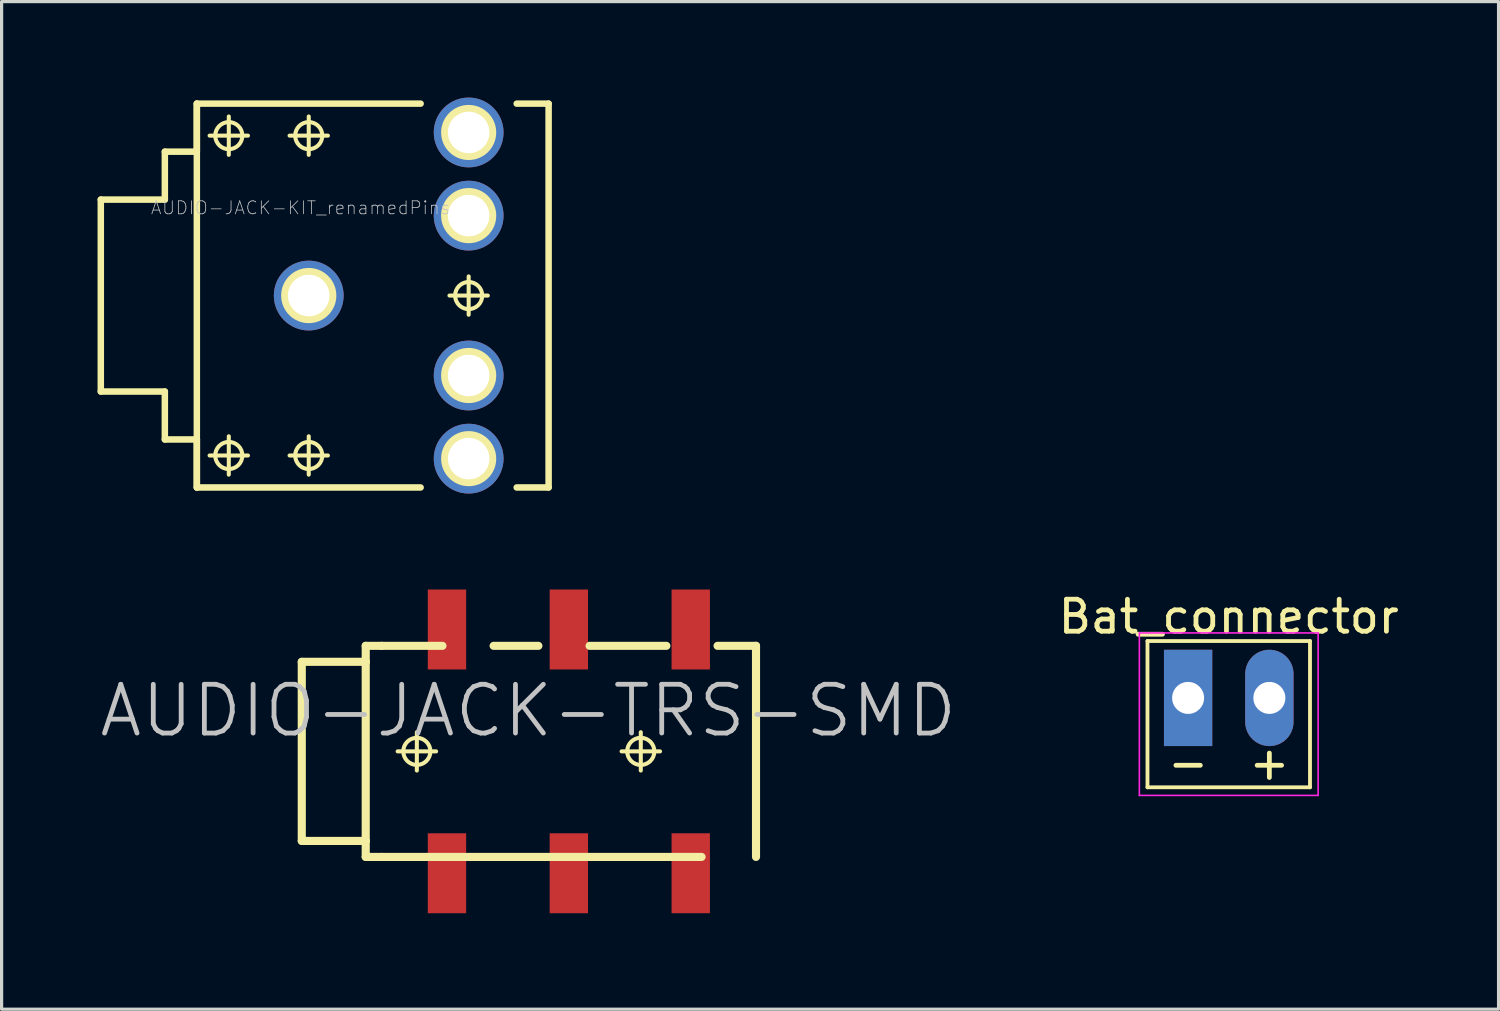
<source format=kicad_pcb>
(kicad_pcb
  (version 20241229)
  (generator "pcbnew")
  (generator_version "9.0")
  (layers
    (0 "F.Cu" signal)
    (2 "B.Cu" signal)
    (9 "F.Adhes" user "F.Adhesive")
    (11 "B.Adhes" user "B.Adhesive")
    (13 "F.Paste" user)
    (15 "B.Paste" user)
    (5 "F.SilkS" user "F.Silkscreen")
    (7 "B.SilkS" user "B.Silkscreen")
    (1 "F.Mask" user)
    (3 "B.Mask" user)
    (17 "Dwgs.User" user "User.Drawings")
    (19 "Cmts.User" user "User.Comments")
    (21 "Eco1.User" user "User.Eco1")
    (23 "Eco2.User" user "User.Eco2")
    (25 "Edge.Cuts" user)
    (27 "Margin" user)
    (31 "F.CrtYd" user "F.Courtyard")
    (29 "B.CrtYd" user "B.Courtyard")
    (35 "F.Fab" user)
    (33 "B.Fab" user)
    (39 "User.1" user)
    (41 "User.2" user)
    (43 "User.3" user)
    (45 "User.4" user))
  (footprint "Bat_connector"
    (layer "F.Cu")
    (at 34.089 18.766)
    (property "Reference" "Bat_connector" (at 1.27 -2.54 0) (layer "F.SilkS") (effects (font (size 1 1) (thickness 0.15))))
    (attr through_hole)
    (fp_line (start -1.27 -1.778) (end -1.27 2.794) (stroke (width 0.12) (type solid)) (layer "F.SilkS"))
    (fp_line (start -1.27 -1.778) (end 3.81 -1.778) (stroke (width 0.12) (type solid)) (layer "F.SilkS"))
    (fp_line (start 3.81 -1.778) (end 3.81 2.794) (stroke (width 0.12) (type solid)) (layer "F.SilkS"))
    (fp_line (start 3.81 2.794) (end -1.27 2.794) (stroke (width 0.12) (type solid)) (layer "F.SilkS"))
    (fp_line (start -1.524 -2.032) (end -1.524 3.048) (stroke (width 0.05) (type solid)) (layer "F.CrtYd"))
    (fp_line (start -1.524 -2.032) (end 4.064 -2.032) (stroke (width 0.05) (type solid)) (layer "F.CrtYd"))
    (fp_line (start 4.064 3.048) (end -1.524 3.048) (stroke (width 0.05) (type solid)) (layer "F.CrtYd"))
    (fp_line (start 4.064 3.048) (end 4.064 -2.032) (stroke (width 0.05) (type solid)) (layer "F.CrtYd"))
    (fp_text user "+" (at 2.54 2.032 0) (layer "F.SilkS") (effects (font (size 1 1) (thickness 0.15))))
    (fp_text user "-" (at 0 2.032 0) (layer "F.SilkS") (effects (font (size 1 1) (thickness 0.15))))
    (pad "1" thru_hole rect (at 0 0) (size 1.51 3.01) (drill 1) (layers "*.Cu" "*.Mask"))
    (pad "2" thru_hole oval (at 2.54 0) (size 1.51 3.01) (drill 1) (layers "*.Cu" "*.Mask")))
  (footprint "AUDIO-JACK-KIT_renamedPins"
    (layer "F.Cu")
    (at 6.601 6.189)
    (property "Reference" "AUDIO-JACK-KIT_renamedPins" (at -0.254 -2.743 0) (layer "Dwgs.User") (effects (font (size 0.406 0.406) (thickness 0.025))))
    (attr exclude_from_pos_files exclude_from_bom)
    (fp_line (start -6.5 -3) (end -6.5 3) (stroke (width 0.203) (type solid)) (layer "F.SilkS"))
    (fp_line (start -6.5 -3) (end -4.498 -3) (stroke (width 0.203) (type solid)) (layer "F.SilkS"))
    (fp_line (start -6.5 3) (end -4.498 3) (stroke (width 0.203) (type solid)) (layer "F.SilkS"))
    (fp_line (start -4.498 -4.498) (end -4.498 -3) (stroke (width 0.203) (type solid)) (layer "F.SilkS"))
    (fp_line (start -4.498 -4.498) (end -3.498 -4.498) (stroke (width 0.203) (type solid)) (layer "F.SilkS"))
    (fp_line (start -4.498 3) (end -4.498 4.498) (stroke (width 0.203) (type solid)) (layer "F.SilkS"))
    (fp_line (start -4.498 4.498) (end -3.498 4.498) (stroke (width 0.203) (type solid)) (layer "F.SilkS"))
    (fp_line (start -3.498 -5.999) (end -3.498 -4.498) (stroke (width 0.203) (type solid)) (layer "F.SilkS"))
    (fp_line (start -3.498 -5.999) (end -3.498 5.999) (stroke (width 0.203) (type solid)) (layer "F.SilkS"))
    (fp_line (start -3.498 -5.999) (end 3.498 -5.999) (stroke (width 0.203) (type solid)) (layer "F.SilkS"))
    (fp_line (start -3.498 4.498) (end -3.498 5.999) (stroke (width 0.203) (type solid)) (layer "F.SilkS"))
    (fp_line (start -3.498 5.999) (end 3.498 5.999) (stroke (width 0.203) (type solid)) (layer "F.SilkS"))
    (fp_line (start -3.099 -4.999) (end -1.9 -4.999) (stroke (width 0.127) (type solid)) (layer "F.SilkS"))
    (fp_line (start -3.099 4.999) (end -1.9 4.999) (stroke (width 0.127) (type solid)) (layer "F.SilkS"))
    (fp_line (start -2.499 -4.399) (end -2.499 -5.598) (stroke (width 0.127) (type solid)) (layer "F.SilkS"))
    (fp_line (start -2.499 5.598) (end -2.499 4.399) (stroke (width 0.127) (type solid)) (layer "F.SilkS"))
    (fp_line (start -0.599 -4.999) (end 0.599 -4.999) (stroke (width 0.127) (type solid)) (layer "F.SilkS"))
    (fp_line (start -0.599 4.999) (end 0.599 4.999) (stroke (width 0.127) (type solid)) (layer "F.SilkS"))
    (fp_line (start 0 -4.399) (end 0 -5.598) (stroke (width 0.127) (type solid)) (layer "F.SilkS"))
    (fp_line (start 0 5.598) (end 0 4.399) (stroke (width 0.127) (type solid)) (layer "F.SilkS"))
    (fp_line (start 4.399 0) (end 5.598 0) (stroke (width 0.127) (type solid)) (layer "F.SilkS"))
    (fp_line (start 4.999 0.599) (end 4.999 -0.599) (stroke (width 0.127) (type solid)) (layer "F.SilkS"))
    (fp_line (start 7.498 -5.999) (end 6.5 -5.999) (stroke (width 0.203) (type solid)) (layer "F.SilkS"))
    (fp_line (start 7.498 -5.999) (end 7.498 5.999) (stroke (width 0.203) (type solid)) (layer "F.SilkS"))
    (fp_line (start 7.498 5.999) (end 6.5 5.999) (stroke (width 0.203) (type solid)) (layer "F.SilkS"))
    (fp_circle (center -2.499 -4.999) (end -2.799 -5.298) (stroke (width 0.127) (type solid)) (fill no) (layer "F.SilkS"))
    (fp_circle (center -2.499 4.999) (end -2.799 5.298) (stroke (width 0.127) (type solid)) (fill no) (layer "F.SilkS"))
    (fp_circle (center 0 -4.999) (end -0.3 -5.298) (stroke (width 0.127) (type solid)) (fill no) (layer "F.SilkS"))
    (fp_circle (center 0 0) (end -0.61 0.61) (stroke (width 0) (type solid)) (fill yes) (layer "F.SilkS"))
    (fp_circle (center 0 0) (end -0.33 0.33) (stroke (width 0) (type solid)) (fill yes) (layer "F.SilkS"))
    (fp_circle (center 0 4.999) (end -0.3 5.298) (stroke (width 0.127) (type solid)) (fill no) (layer "F.SilkS"))
    (fp_circle (center 4.999 -5.098) (end 5.329 -5.428) (stroke (width 0) (type solid)) (fill yes) (layer "F.SilkS"))
    (fp_circle (center 4.999 -5.098) (end 5.608 -5.707) (stroke (width 0) (type solid)) (fill yes) (layer "F.SilkS"))
    (fp_circle (center 4.999 -2.499) (end 5.329 -2.83) (stroke (width 0) (type solid)) (fill yes) (layer "F.SilkS"))
    (fp_circle (center 4.999 -2.499) (end 5.608 -3.109) (stroke (width 0) (type solid)) (fill yes) (layer "F.SilkS"))
    (fp_circle (center 4.999 0) (end 5.298 0.3) (stroke (width 0.127) (type solid)) (fill no) (layer "F.SilkS"))
    (fp_circle (center 4.999 2.499) (end 5.329 2.83) (stroke (width 0) (type solid)) (fill yes) (layer "F.SilkS"))
    (fp_circle (center 4.999 2.499) (end 5.608 3.109) (stroke (width 0) (type solid)) (fill yes) (layer "F.SilkS"))
    (fp_circle (center 4.999 5.098) (end 5.329 5.428) (stroke (width 0) (type solid)) (fill yes) (layer "F.SilkS"))
    (fp_circle (center 4.999 5.098) (end 5.608 5.707) (stroke (width 0) (type solid)) (fill yes) (layer "F.SilkS"))
    (pad "1" thru_hole circle (at 0 0) (size 2.182 2.182) (drill 1.298) (layers "*.Cu" "*.Mask"))
    (pad "2" thru_hole circle (at 4.999 5.098) (size 2.182 2.182) (drill 1.298) (layers "*.Cu" "*.Mask"))
    (pad "3" thru_hole circle (at 4.999 -5.098) (size 2.182 2.182) (drill 1.298) (layers "*.Cu" "*.Mask"))
    (pad "5" thru_hole circle (at 4.999 2.499) (size 2.182 2.182) (drill 1.298) (layers "*.Cu" "*.Mask"))
    (pad "6" thru_hole circle (at 4.999 -2.499) (size 2.182 2.182) (drill 1.298) (layers "*.Cu" "*.Mask")))
  (footprint "AUDIO-JACK-TRS-SMD"
    (layer "F.Cu")
    (at 8.382 20.437)
    (property "Reference" "AUDIO-JACK-TRS-SMD" (at 5.08 -1.27 0) (layer "Dwgs.User") (effects (font (size 1.524 1.524) (thickness 0.15))))
    (attr smd)
    (fp_line (start -1.999 -2.799) (end -1.999 2.799) (stroke (width 0.254) (type solid)) (layer "F.SilkS"))
    (fp_line (start -1.999 2.799) (end 0 2.799) (stroke (width 0.254) (type solid)) (layer "F.SilkS"))
    (fp_line (start 0 -3.299) (end 0 -2.799) (stroke (width 0.254) (type solid)) (layer "F.SilkS"))
    (fp_line (start 0 -2.799) (end -1.999 -2.799) (stroke (width 0.254) (type solid)) (layer "F.SilkS"))
    (fp_line (start 0 -2.799) (end 0 2.799) (stroke (width 0.254) (type solid)) (layer "F.SilkS"))
    (fp_line (start 0 2.799) (end 0 3.299) (stroke (width 0.254) (type solid)) (layer "F.SilkS"))
    (fp_line (start 0 3.299) (end 0.498 3.299) (stroke (width 0.254) (type solid)) (layer "F.SilkS"))
    (fp_line (start 0.498 -3.299) (end 0 -3.299) (stroke (width 0.254) (type solid)) (layer "F.SilkS"))
    (fp_line (start 0.498 -3.299) (end 2.398 -3.299) (stroke (width 0.254) (type solid)) (layer "F.SilkS"))
    (fp_line (start 0.498 3.299) (end 10.498 3.299) (stroke (width 0.254) (type solid)) (layer "F.SilkS"))
    (fp_line (start 0.998 0) (end 2.2 0) (stroke (width 0.127) (type solid)) (layer "F.SilkS"))
    (fp_line (start 1.598 0.599) (end 1.598 -0.599) (stroke (width 0.127) (type solid)) (layer "F.SilkS"))
    (fp_line (start 3.998 -3.299) (end 5.397 -3.299) (stroke (width 0.254) (type solid)) (layer "F.SilkS"))
    (fp_line (start 6.998 -3.299) (end 9.398 -3.299) (stroke (width 0.254) (type solid)) (layer "F.SilkS"))
    (fp_line (start 7.998 0) (end 9.2 0) (stroke (width 0.127) (type solid)) (layer "F.SilkS"))
    (fp_line (start 8.598 0.599) (end 8.598 -0.599) (stroke (width 0.127) (type solid)) (layer "F.SilkS"))
    (fp_line (start 12.2 -3.299) (end 10.998 -3.299) (stroke (width 0.254) (type solid)) (layer "F.SilkS"))
    (fp_line (start 12.2 -3.299) (end 12.2 3.299) (stroke (width 0.254) (type solid)) (layer "F.SilkS"))
    (fp_circle (center 1.598 0) (end 1.897 0.3) (stroke (width 0.127) (type solid)) (fill no) (layer "F.SilkS"))
    (fp_circle (center 8.598 0) (end 8.898 0.3) (stroke (width 0.127) (type solid)) (fill no) (layer "F.SilkS"))
    (pad "1" smd rect (at 2.54 -3.81) (size 1.199 2.499) (layers "F.Cu" "F.Mask" "F.Paste"))
    (pad "2" smd rect (at 10.16 -3.81) (size 1.199 2.499) (layers "F.Cu" "F.Mask" "F.Paste"))
    (pad "3" smd rect (at 6.35 -3.81) (size 1.199 2.499) (layers "F.Cu" "F.Mask" "F.Paste"))
    (pad "R" smd rect (at 6.35 3.81) (size 1.199 2.499) (layers "F.Cu" "F.Mask" "F.Paste"))
    (pad "S" smd rect (at 2.54 3.81) (size 1.199 2.499) (layers "F.Cu" "F.Mask" "F.Paste"))
    (pad "T" smd rect (at 10.16 3.81) (size 1.199 2.499) (layers "F.Cu" "F.Mask" "F.Paste")))
  (gr_rect
    (start -3 -3)
    (end 43.793 28.497)
    (stroke (width 0.1) (type default))
    (fill no)
    (layer "Edge.Cuts")))
</source>
